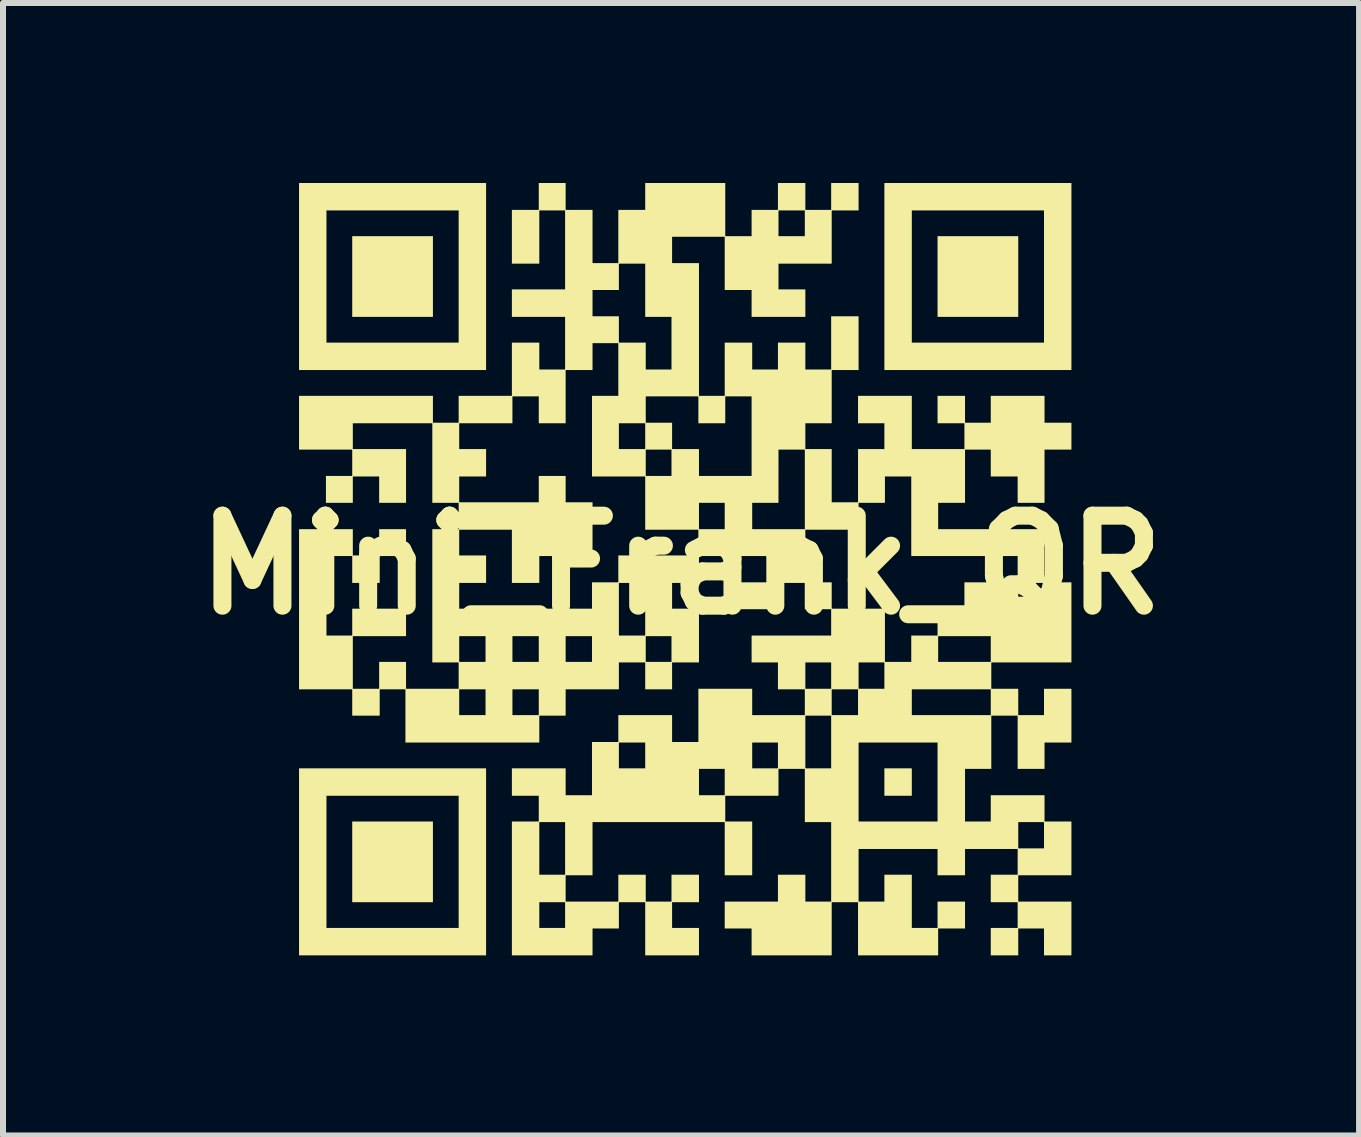
<source format=kicad_pcb>
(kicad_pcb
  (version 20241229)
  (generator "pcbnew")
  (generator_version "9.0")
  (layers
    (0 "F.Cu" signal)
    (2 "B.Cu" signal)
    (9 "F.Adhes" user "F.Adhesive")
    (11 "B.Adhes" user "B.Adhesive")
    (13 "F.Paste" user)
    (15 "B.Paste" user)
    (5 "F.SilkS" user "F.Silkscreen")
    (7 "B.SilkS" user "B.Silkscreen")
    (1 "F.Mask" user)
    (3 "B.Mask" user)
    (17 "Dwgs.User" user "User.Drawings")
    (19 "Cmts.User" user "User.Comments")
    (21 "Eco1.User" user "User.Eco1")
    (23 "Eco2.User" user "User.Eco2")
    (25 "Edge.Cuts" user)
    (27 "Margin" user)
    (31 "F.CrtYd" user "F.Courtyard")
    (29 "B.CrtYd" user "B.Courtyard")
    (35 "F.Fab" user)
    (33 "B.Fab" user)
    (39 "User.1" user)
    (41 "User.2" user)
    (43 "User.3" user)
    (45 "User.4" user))
  (footprint "Mini_Frank_QR"
    (layer "F.Cu")
    (at 8.3 6.366)
    (property "Reference" "Mini_Frank_QR" (at 0 0 0) (layer "F.SilkS") (effects (font (size 1.5 1.5) (thickness 0.3))))
    (attr board_only exclude_from_pos_files exclude_from_bom)
    (fp_poly (pts (xy -4.135 -4.807) (xy -4.135 -4.135) (xy -4.807 -4.135) (xy -5.48 -4.135) (xy -5.48 -4.807) (xy -5.48 -5.48) (xy -4.807 -5.48) (xy -4.135 -5.48)) (stroke (width 0) (type solid)) (fill yes) (layer "F.SilkS"))
    (fp_poly (pts (xy -4.135 4.947) (xy -4.135 5.62) (xy -4.807 5.62) (xy -5.48 5.62) (xy -5.48 4.947) (xy -5.48 4.275) (xy -4.807 4.275) (xy -4.135 4.275)) (stroke (width 0) (type solid)) (fill yes) (layer "F.SilkS"))
    (fp_poly (pts (xy 3.846 3.617) (xy 3.846 3.846) (xy 3.617 3.846) (xy 3.389 3.846) (xy 3.389 3.617) (xy 3.389 3.389) (xy 3.617 3.389) (xy 3.846 3.389)) (stroke (width 0) (type solid)) (fill yes) (layer "F.SilkS"))
    (fp_poly (pts (xy 5.62 -4.807) (xy 5.62 -4.135) (xy 4.947 -4.135) (xy 4.275 -4.135) (xy 4.275 -4.807) (xy 4.275 -5.48) (xy 4.947 -5.48) (xy 5.62 -5.48)) (stroke (width 0) (type solid)) (fill yes) (layer "F.SilkS"))
    (fp_poly (pts (xy -3.249 -4.807) (xy -3.249 -3.249) (xy -4.807 -3.249) (xy -6.366 -3.249) (xy -6.366 -4.807) (xy -5.909 -4.807) (xy -5.909 -3.706) (xy -4.807 -3.706) (xy -3.706 -3.706) (xy -3.706 -4.807) (xy -3.706 -5.909) (xy -4.807 -5.909) (xy -5.909 -5.909) (xy -5.909 -4.807) (xy -6.366 -4.807) (xy -6.366 -6.366) (xy -4.807 -6.366) (xy -3.249 -6.366)) (stroke (width 0) (type solid)) (fill yes) (layer "F.SilkS"))
    (fp_poly (pts (xy -3.249 4.947) (xy -3.249 6.506) (xy -4.807 6.506) (xy -6.366 6.506) (xy -6.366 4.947) (xy -5.909 4.947) (xy -5.909 6.049) (xy -4.807 6.049) (xy -3.706 6.049) (xy -3.706 4.947) (xy -3.706 3.846) (xy -4.807 3.846) (xy -5.909 3.846) (xy -5.909 4.947) (xy -6.366 4.947) (xy -6.366 3.389) (xy -4.807 3.389) (xy -3.249 3.389)) (stroke (width 0) (type solid)) (fill yes) (layer "F.SilkS"))
    (fp_poly (pts (xy 6.506 -4.807) (xy 6.506 -3.249) (xy 4.947 -3.249) (xy 3.389 -3.249) (xy 3.389 -4.807) (xy 3.846 -4.807) (xy 3.846 -3.706) (xy 4.947 -3.706) (xy 6.049 -3.706) (xy 6.049 -4.807) (xy 6.049 -5.909) (xy 4.947 -5.909) (xy 3.846 -5.909) (xy 3.846 -4.807) (xy 3.389 -4.807) (xy 3.389 -6.366) (xy 4.947 -6.366) (xy 6.506 -6.366)) (stroke (width 0) (type solid)) (fill yes) (layer "F.SilkS"))
    (fp_poly (pts (xy -1.923 -6.142) (xy -1.923 -5.918) (xy -1.699 -5.918) (xy -1.475 -5.918) (xy -1.475 -5.475) (xy -1.475 -5.031) (xy -1.26 -5.031) (xy -1.045 -5.031) (xy -1.045 -5.475) (xy -1.045 -5.918) (xy -0.821 -5.918) (xy -0.597 -5.918) (xy -0.597 -6.142) (xy -0.597 -6.366) (xy 0.07 -6.366) (xy 0.737 -6.366) (xy 0.737 -5.923) (xy 0.737 -5.48) (xy 0.957 -5.48) (xy 1.176 -5.48) (xy 1.176 -5.694) (xy 1.624 -5.694) (xy 1.624 -5.48) (xy 1.844 -5.48) (xy 2.063 -5.48) (xy 2.063 -5.694) (xy 2.063 -5.909) (xy 1.844 -5.909) (xy 1.624 -5.909) (xy 1.624 -5.694) (xy 1.176 -5.694) (xy 1.176 -5.699) (xy 1.176 -5.918) (xy 1.396 -5.918) (xy 1.615 -5.918) (xy 1.615 -6.142) (xy 1.615 -6.366) (xy 1.844 -6.366) (xy 2.072 -6.366) (xy 2.072 -6.142) (xy 2.072 -5.918) (xy 2.287 -5.918) (xy 2.502 -5.918) (xy 2.502 -6.142) (xy 2.502 -6.366) (xy 2.73 -6.366) (xy 2.959 -6.366) (xy 2.959 -6.138) (xy 2.959 -5.909) (xy 2.735 -5.909) (xy 2.511 -5.909) (xy 2.511 -5.466) (xy 2.511 -5.022) (xy 2.068 -5.022) (xy 1.624 -5.022) (xy 1.624 -4.807) (xy 1.624 -4.593) (xy 1.848 -4.593) (xy 2.072 -4.593) (xy 2.072 -4.364) (xy 2.072 -4.135) (xy 1.624 -4.135) (xy 1.176 -4.135) (xy 1.176 -4.359) (xy 1.176 -4.583) (xy 0.952 -4.583) (xy 0.728 -4.583) (xy 0.728 -5.027) (xy 0.728 -5.47) (xy 0.289 -5.47) (xy -0.149 -5.47) (xy -0.149 -5.251) (xy -0.149 -5.031) (xy 0.075 -5.031) (xy 0.299 -5.031) (xy 0.299 -3.925) (xy 0.299 -2.819) (xy 0.513 -2.819) (xy 0.728 -2.819) (xy 0.728 -3.263) (xy 0.728 -3.706) (xy 0.957 -3.706) (xy 1.186 -3.706) (xy 1.186 -3.482) (xy 1.186 -3.258) (xy 1.4 -3.258) (xy 1.615 -3.258) (xy 1.615 -3.482) (xy 1.615 -3.706) (xy 1.844 -3.706) (xy 2.072 -3.706) (xy 2.072 -3.482) (xy 2.072 -3.258) (xy 2.287 -3.258) (xy 2.502 -3.258) (xy 2.502 -3.701) (xy 2.502 -4.145) (xy 2.73 -4.145) (xy 2.959 -4.145) (xy 2.959 -3.697) (xy 2.959 -3.249) (xy 2.735 -3.249) (xy 2.511 -3.249) (xy 2.511 -2.805) (xy 2.511 -2.362) (xy 2.292 -2.362) (xy 2.072 -2.362) (xy 2.072 -2.147) (xy 2.072 -1.932) (xy 2.292 -1.932) (xy 2.511 -1.932) (xy 2.511 -1.489) (xy 2.511 -1.045) (xy 2.73 -1.045) (xy 2.95 -1.045) (xy 2.95 -1.489) (xy 2.95 -1.932) (xy 3.169 -1.932) (xy 3.389 -1.932) (xy 3.389 -2.147) (xy 3.389 -2.362) (xy 3.169 -2.362) (xy 2.95 -2.362) (xy 2.95 -2.59) (xy 2.95 -2.819) (xy 3.398 -2.819) (xy 3.846 -2.819) (xy 3.846 -2.376) (xy 3.846 -1.932) (xy 4.285 -1.932) (xy 4.723 -1.932) (xy 4.723 -2.147) (xy 4.723 -2.362) (xy 4.499 -2.362) (xy 4.275 -2.362) (xy 4.275 -2.59) (xy 4.275 -2.819) (xy 4.504 -2.819) (xy 4.733 -2.819) (xy 4.733 -2.595) (xy 4.733 -2.371) (xy 4.947 -2.371) (xy 5.162 -2.371) (xy 5.162 -2.595) (xy 5.162 -2.819) (xy 5.61 -2.819) (xy 6.058 -2.819) (xy 6.058 -2.595) (xy 6.058 -2.371) (xy 6.282 -2.371) (xy 6.506 -2.371) (xy 6.506 -2.147) (xy 6.506 -1.923) (xy 6.282 -1.923) (xy 6.058 -1.923) (xy 6.058 -1.48) (xy 6.058 -1.036) (xy 5.834 -1.036) (xy 5.61 -1.036) (xy 5.61 -1.256) (xy 5.61 -1.475) (xy 5.386 -1.475) (xy 5.162 -1.475) (xy 5.162 -1.699) (xy 5.162 -1.923) (xy 4.947 -1.923) (xy 4.733 -1.923) (xy 4.733 -1.48) (xy 4.733 -1.036) (xy 4.509 -1.036) (xy 4.285 -1.036) (xy 4.285 -0.817) (xy 4.285 -0.597) (xy 5.171 -0.597) (xy 6.058 -0.597) (xy 6.058 -0.154) (xy 6.058 0.289) (xy 6.282 0.289) (xy 6.506 0.289) (xy 6.506 0.957) (xy 6.506 1.624) (xy 5.839 1.624) (xy 5.171 1.624) (xy 5.171 1.844) (xy 5.171 2.063) (xy 5.396 2.063) (xy 5.62 2.063) (xy 5.62 2.282) (xy 5.62 2.502) (xy 5.834 2.502) (xy 6.049 2.502) (xy 6.049 2.282) (xy 6.049 2.063) (xy 6.278 2.063) (xy 6.506 2.063) (xy 6.506 2.511) (xy 6.506 2.959) (xy 6.282 2.959) (xy 6.058 2.959) (xy 6.058 3.179) (xy 6.058 3.398) (xy 5.834 3.398) (xy 5.61 3.398) (xy 5.61 2.954) (xy 5.61 2.511) (xy 5.391 2.511) (xy 5.171 2.511) (xy 5.171 2.954) (xy 5.171 3.398) (xy 4.952 3.398) (xy 4.733 3.398) (xy 4.733 3.837) (xy 4.733 4.275) (xy 4.947 4.275) (xy 5.162 4.275) (xy 5.162 4.056) (xy 5.162 3.837) (xy 5.61 3.837) (xy 6.058 3.837) (xy 6.058 4.056) (xy 6.058 4.275) (xy 6.282 4.275) (xy 6.506 4.275) (xy 6.506 4.723) (xy 6.506 5.171) (xy 6.063 5.171) (xy 5.62 5.171) (xy 5.62 5.391) (xy 5.62 5.61) (xy 6.063 5.61) (xy 6.506 5.61) (xy 6.506 6.058) (xy 6.506 6.506) (xy 6.278 6.506) (xy 6.049 6.506) (xy 6.049 6.282) (xy 6.049 6.058) (xy 5.834 6.058) (xy 5.62 6.058) (xy 5.62 6.282) (xy 5.62 6.506) (xy 5.391 6.506) (xy 5.162 6.506) (xy 5.162 6.278) (xy 5.162 6.049) (xy 5.386 6.049) (xy 5.61 6.049) (xy 5.61 5.834) (xy 5.61 5.62) (xy 5.386 5.62) (xy 5.162 5.62) (xy 5.162 5.391) (xy 5.162 5.162) (xy 5.386 5.162) (xy 5.61 5.162) (xy 5.61 4.947) (xy 5.61 4.733) (xy 5.171 4.733) (xy 4.733 4.733) (xy 4.733 4.952) (xy 4.733 5.171) (xy 4.504 5.171) (xy 4.275 5.171) (xy 4.275 4.952) (xy 4.275 4.733) (xy 3.617 4.733) (xy 2.959 4.733) (xy 2.959 5.171) (xy 2.959 5.61) (xy 3.174 5.61) (xy 3.389 5.61) (xy 3.389 5.386) (xy 3.389 5.162) (xy 3.617 5.162) (xy 3.846 5.162) (xy 3.846 5.606) (xy 3.846 6.049) (xy 4.061 6.049) (xy 4.275 6.049) (xy 4.275 5.83) (xy 4.275 5.61) (xy 4.504 5.61) (xy 4.733 5.61) (xy 4.733 5.834) (xy 4.733 6.058) (xy 4.509 6.058) (xy 4.285 6.058) (xy 4.285 6.282) (xy 4.285 6.506) (xy 3.617 6.506) (xy 2.95 6.506) (xy 2.95 6.063) (xy 2.95 5.62) (xy 2.73 5.62) (xy 2.511 5.62) (xy 2.511 6.063) (xy 2.511 6.506) (xy 1.844 6.506) (xy 1.176 6.506) (xy 1.176 6.282) (xy 1.176 6.058) (xy 0.952 6.058) (xy 0.728 6.058) (xy 0.728 5.834) (xy 0.728 5.61) (xy 1.172 5.61) (xy 1.615 5.61) (xy 1.615 5.386) (xy 1.615 5.162) (xy 1.844 5.162) (xy 2.072 5.162) (xy 2.072 5.386) (xy 2.072 5.61) (xy 2.287 5.61) (xy 2.502 5.61) (xy 2.502 4.947) (xy 2.502 4.504) (xy 5.62 4.504) (xy 5.62 4.723) (xy 5.834 4.723) (xy 6.049 4.723) (xy 6.049 4.504) (xy 6.049 4.285) (xy 5.834 4.285) (xy 5.62 4.285) (xy 5.62 4.504) (xy 2.502 4.504) (xy 2.502 4.285) (xy 2.282 4.285) (xy 2.063 4.285) (xy 2.063 3.841) (xy 2.063 3.617) (xy 2.959 3.617) (xy 2.959 4.275) (xy 3.617 4.275) (xy 4.275 4.275) (xy 4.275 3.617) (xy 4.275 2.959) (xy 3.617 2.959) (xy 2.959 2.959) (xy 2.959 3.617) (xy 2.063 3.617) (xy 2.063 3.398) (xy 1.844 3.398) (xy 1.624 3.398) (xy 1.624 3.622) (xy 1.624 3.846) (xy 1.181 3.846) (xy 0.737 3.846) (xy 0.737 4.061) (xy 0.737 4.275) (xy 0.961 4.275) (xy 1.186 4.275) (xy 1.186 4.723) (xy 1.186 5.171) (xy 0.957 5.171) (xy 0.728 5.171) (xy 0.728 4.728) (xy 0.728 4.285) (xy -0.373 4.285) (xy -1.475 4.285) (xy -1.475 4.728) (xy -1.475 5.171) (xy -1.699 5.171) (xy -1.923 5.171) (xy -1.923 5.391) (xy -1.923 5.61) (xy -1.484 5.61) (xy -1.045 5.61) (xy -1.045 5.386) (xy -1.045 5.162) (xy -0.817 5.162) (xy -0.588 5.162) (xy -0.588 5.386) (xy -0.588 5.61) (xy -0.373 5.61) (xy -0.159 5.61) (xy -0.159 5.386) (xy -0.159 5.162) (xy 0.07 5.162) (xy 0.299 5.162) (xy 0.299 5.391) (xy 0.299 5.62) (xy 0.075 5.62) (xy -0.149 5.62) (xy -0.149 5.834) (xy -0.149 6.049) (xy 0.075 6.049) (xy 0.299 6.049) (xy 0.299 6.278) (xy 0.299 6.506) (xy -0.149 6.506) (xy -0.597 6.506) (xy -0.597 6.063) (xy -0.597 5.62) (xy -0.817 5.62) (xy -1.036 5.62) (xy -1.036 5.839) (xy -1.036 6.058) (xy -1.256 6.058) (xy -1.475 6.058) (xy -1.475 6.282) (xy -1.475 6.506) (xy -2.147 6.506) (xy -2.819 6.506) (xy -2.819 5.834) (xy -2.362 5.834) (xy -2.362 6.049) (xy -2.147 6.049) (xy -1.932 6.049) (xy -1.932 5.834) (xy -1.932 5.62) (xy -2.147 5.62) (xy -2.362 5.62) (xy -2.362 5.834) (xy -2.819 5.834) (xy -2.819 5.391) (xy -2.819 4.723) (xy -2.362 4.723) (xy -2.362 5.162) (xy -2.147 5.162) (xy -1.932 5.162) (xy -1.932 4.723) (xy -1.932 4.285) (xy -2.147 4.285) (xy -2.362 4.285) (xy -2.362 4.723) (xy -2.819 4.723) (xy -2.819 4.275) (xy -2.595 4.275) (xy -2.371 4.275) (xy -2.371 4.061) (xy -2.371 3.846) (xy -2.595 3.846) (xy -2.819 3.846) (xy -2.819 3.617) (xy -2.819 3.389) (xy -2.371 3.389) (xy -1.923 3.389) (xy -1.923 3.613) (xy -1.923 3.837) (xy -1.704 3.837) (xy -1.484 3.837) (xy -1.484 3.617) (xy 0.299 3.617) (xy 0.299 3.837) (xy 0.513 3.837) (xy 0.728 3.837) (xy 0.728 3.617) (xy 0.728 3.398) (xy 0.513 3.398) (xy 0.299 3.398) (xy 0.299 3.617) (xy -1.484 3.617) (xy -1.484 3.393) (xy -1.484 3.174) (xy -1.036 3.174) (xy -1.036 3.389) (xy -0.817 3.389) (xy -0.597 3.389) (xy -0.597 3.174) (xy 1.186 3.174) (xy 1.186 3.389) (xy 1.4 3.389) (xy 1.615 3.389) (xy 1.615 3.174) (xy 1.615 2.959) (xy 1.4 2.959) (xy 1.186 2.959) (xy 1.186 3.174) (xy -0.597 3.174) (xy -0.597 2.959) (xy -0.817 2.959) (xy -1.036 2.959) (xy -1.036 3.174) (xy -1.484 3.174) (xy -1.484 2.95) (xy -1.265 2.95) (xy -1.045 2.95) (xy -1.045 2.726) (xy -1.045 2.502) (xy -0.597 2.502) (xy -0.149 2.502) (xy -0.149 2.726) (xy -0.149 2.95) (xy 0.07 2.95) (xy 0.289 2.95) (xy 2.072 2.95) (xy 2.072 3.389) (xy 2.287 3.389) (xy 2.502 3.389) (xy 2.502 2.95) (xy 2.502 2.511) (xy 2.287 2.511) (xy 2.072 2.511) (xy 2.072 2.95) (xy 0.289 2.95) (xy 0.289 2.506) (xy 0.289 2.063) (xy 0.737 2.063) (xy 1.186 2.063) (xy 1.186 2.282) (xy 1.186 2.502) (xy 1.624 2.502) (xy 2.063 2.502) (xy 2.063 2.287) (xy 2.511 2.287) (xy 2.511 2.502) (xy 2.73 2.502) (xy 2.95 2.502) (xy 2.95 2.287) (xy 3.846 2.287) (xy 3.846 2.502) (xy 4.504 2.502) (xy 5.162 2.502) (xy 5.162 2.287) (xy 5.162 2.072) (xy 4.504 2.072) (xy 3.846 2.072) (xy 3.846 2.287) (xy 2.95 2.287) (xy 2.95 2.072) (xy 2.73 2.072) (xy 2.511 2.072) (xy 2.511 2.287) (xy 2.063 2.287) (xy 2.063 2.072) (xy 1.839 2.072) (xy 1.615 2.072) (xy 1.615 1.848) (xy 1.615 1.844) (xy 2.072 1.844) (xy 2.072 2.063) (xy 2.287 2.063) (xy 2.502 2.063) (xy 2.502 1.844) (xy 2.959 1.844) (xy 2.959 2.063) (xy 3.174 2.063) (xy 3.389 2.063) (xy 3.389 1.844) (xy 3.389 1.624) (xy 3.174 1.624) (xy 2.959 1.624) (xy 2.959 1.844) (xy 2.502 1.844) (xy 2.502 1.624) (xy 2.287 1.624) (xy 2.072 1.624) (xy 2.072 1.844) (xy 1.615 1.844) (xy 1.615 1.624) (xy 1.396 1.624) (xy 1.176 1.624) (xy 1.176 1.4) (xy 1.176 1.176) (xy 1.839 1.176) (xy 2.502 1.176) (xy 2.502 0.957) (xy 2.502 0.737) (xy 2.282 0.737) (xy 2.063 0.737) (xy 2.063 0.518) (xy 2.063 0.299) (xy 1.844 0.299) (xy 1.624 0.299) (xy 1.624 0.518) (xy 1.624 0.737) (xy 1.176 0.737) (xy 0.728 0.737) (xy 0.728 0.513) (xy 0.728 0.289) (xy 1.172 0.289) (xy 1.615 0.289) (xy 1.615 0.07) (xy 1.615 -0.149) (xy 0.957 -0.149) (xy 0.299 -0.149) (xy 0.299 0.075) (xy 0.299 0.299) (xy 0.075 0.299) (xy -0.149 0.299) (xy -0.149 0.513) (xy -0.149 0.728) (xy 0.075 0.728) (xy 0.299 0.728) (xy 0.299 1.176) (xy 0.299 1.624) (xy 0.075 1.624) (xy -0.149 1.624) (xy -0.149 1.848) (xy -0.149 2.072) (xy -0.373 2.072) (xy -0.597 2.072) (xy -0.597 1.848) (xy -0.597 1.624) (xy -0.817 1.624) (xy -1.036 1.624) (xy -1.036 1.848) (xy -1.036 2.072) (xy -1.48 2.072) (xy -1.923 2.072) (xy -1.923 2.292) (xy -1.923 2.511) (xy -2.142 2.511) (xy -2.362 2.511) (xy -2.362 2.735) (xy -2.362 2.959) (xy -3.477 2.959) (xy -4.593 2.959) (xy -4.593 2.516) (xy -4.593 2.287) (xy -3.697 2.287) (xy -3.697 2.502) (xy -3.477 2.502) (xy -3.258 2.502) (xy -3.258 2.287) (xy -2.81 2.287) (xy -2.81 2.502) (xy -2.59 2.502) (xy -2.371 2.502) (xy -2.371 2.287) (xy -2.371 2.072) (xy -2.59 2.072) (xy -2.81 2.072) (xy -2.81 2.287) (xy -3.258 2.287) (xy -3.258 2.072) (xy -3.477 2.072) (xy -3.697 2.072) (xy -3.697 2.287) (xy -4.593 2.287) (xy -4.593 2.072) (xy -4.807 2.072) (xy -5.022 2.072) (xy -5.022 2.292) (xy -5.022 2.511) (xy -5.251 2.511) (xy -5.48 2.511) (xy -5.48 2.292) (xy -5.48 2.072) (xy -5.923 2.072) (xy -6.366 2.072) (xy -6.366 0.737) (xy -6.366 -0.597) (xy -5.918 -0.597) (xy -5.47 -0.597) (xy -5.47 -0.378) (xy -5.47 -0.159) (xy -5.251 -0.159) (xy -5.031 -0.159) (xy -5.031 -0.378) (xy -5.031 -0.597) (xy -4.807 -0.597) (xy -4.583 -0.597) (xy -4.583 -0.373) (xy -4.583 -0.149) (xy -4.803 -0.149) (xy -5.022 -0.149) (xy -5.022 0.075) (xy -5.022 0.299) (xy -5.251 0.299) (xy -5.48 0.299) (xy -5.48 0.075) (xy -5.48 -0.149) (xy -5.694 -0.149) (xy -5.909 -0.149) (xy -5.909 0.513) (xy -5.909 1.176) (xy -5.694 1.176) (xy -5.48 1.176) (xy -5.48 0.952) (xy -5.48 0.728) (xy -5.031 0.728) (xy -4.583 0.728) (xy -4.583 0.957) (xy -4.583 1.186) (xy -5.027 1.186) (xy -5.47 1.186) (xy -5.47 1.624) (xy -5.47 2.063) (xy -5.251 2.063) (xy -5.031 2.063) (xy -5.031 1.839) (xy -5.031 1.615) (xy -4.807 1.615) (xy -4.583 1.615) (xy -4.583 1.839) (xy -4.583 2.063) (xy -4.145 2.063) (xy -3.706 2.063) (xy -3.706 1.844) (xy -3.706 1.624) (xy -3.925 1.624) (xy -4.145 1.624) (xy -4.145 1.4) (xy -3.697 1.4) (xy -3.697 1.615) (xy -3.477 1.615) (xy -3.258 1.615) (xy -3.258 1.4) (xy -2.81 1.4) (xy -2.81 1.615) (xy -2.59 1.615) (xy -2.371 1.615) (xy -2.371 1.4) (xy -1.923 1.4) (xy -1.923 1.615) (xy -1.704 1.615) (xy -1.484 1.615) (xy -1.484 1.4) (xy -0.588 1.4) (xy -0.588 1.615) (xy -0.373 1.615) (xy -0.159 1.615) (xy -0.159 1.4) (xy -0.159 1.186) (xy -0.373 1.186) (xy -0.588 1.186) (xy -0.588 1.4) (xy -1.484 1.4) (xy -1.484 1.186) (xy -1.704 1.186) (xy -1.923 1.186) (xy -1.923 1.4) (xy -2.371 1.4) (xy -2.371 1.186) (xy -2.59 1.186) (xy -2.81 1.186) (xy -2.81 1.4) (xy -3.258 1.4) (xy -3.258 1.186) (xy -3.477 1.186) (xy -3.697 1.186) (xy -3.697 1.4) (xy -4.145 1.4) (xy -4.145 0.737) (xy -1.036 0.737) (xy -1.036 1.176) (xy -0.817 1.176) (xy -0.597 1.176) (xy -0.597 0.737) (xy -0.597 0.299) (xy -0.817 0.299) (xy -1.036 0.299) (xy -1.036 0.737) (xy -4.145 0.737) (xy -4.145 0.513) (xy -4.145 -0.597) (xy -3.925 -0.597) (xy -3.706 -0.597) (xy -3.706 -0.817) (xy -3.706 -1.036) (xy -3.925 -1.036) (xy -4.145 -1.036) (xy -4.145 -1.699) (xy -4.145 -2.362) (xy -3.697 -2.362) (xy -3.697 -2.147) (xy -3.697 -1.932) (xy -3.473 -1.932) (xy -3.249 -1.932) (xy -3.249 -1.704) (xy -3.249 -1.475) (xy -3.473 -1.475) (xy -3.697 -1.475) (xy -3.697 -1.26) (xy -3.697 -1.045) (xy -3.034 -1.045) (xy -2.371 -1.045) (xy -2.371 -1.265) (xy -2.371 -1.484) (xy -2.147 -1.484) (xy -1.923 -1.484) (xy -1.923 -1.265) (xy -1.923 -1.045) (xy -1.699 -1.045) (xy -1.475 -1.045) (xy -1.475 -0.597) (xy -1.475 -0.149) (xy -1.918 -0.149) (xy -2.362 -0.149) (xy -2.362 0.075) (xy -2.362 0.299) (xy -2.59 0.299) (xy -2.819 0.299) (xy -2.819 -0.145) (xy -2.819 -0.588) (xy -3.258 -0.588) (xy -3.697 -0.588) (xy -3.697 -0.373) (xy -3.697 -0.159) (xy -3.473 -0.159) (xy -3.249 -0.159) (xy -3.249 0.07) (xy -3.249 0.299) (xy -3.473 0.299) (xy -3.697 0.299) (xy -3.697 0.513) (xy -3.697 0.728) (xy -2.59 0.728) (xy -1.484 0.728) (xy -1.484 0.509) (xy -1.484 0.289) (xy -1.265 0.289) (xy -1.045 0.289) (xy -1.045 0.065) (xy -1.045 -0.159) (xy -0.378 -0.159) (xy 0.289 -0.159) (xy 0.289 -0.373) (xy 0.289 -0.588) (xy 2.072 -0.588) (xy 2.072 -0.149) (xy 2.072 0.289) (xy 2.292 0.289) (xy 2.511 0.289) (xy 2.511 0.509) (xy 2.511 0.728) (xy 2.954 0.728) (xy 3.398 0.728) (xy 3.398 1.172) (xy 3.398 1.615) (xy 3.617 1.615) (xy 3.837 1.615) (xy 3.837 1.4) (xy 4.285 1.4) (xy 4.285 1.615) (xy 4.723 1.615) (xy 5.162 1.615) (xy 5.162 1.4) (xy 5.162 1.186) (xy 4.723 1.186) (xy 4.285 1.186) (xy 4.285 1.4) (xy 3.837 1.4) (xy 3.837 1.396) (xy 3.837 1.176) (xy 4.056 1.176) (xy 4.275 1.176) (xy 4.275 0.952) (xy 4.275 0.728) (xy 4.499 0.728) (xy 4.723 0.728) (xy 4.723 0.513) (xy 5.62 0.513) (xy 5.62 0.728) (xy 5.834 0.728) (xy 6.049 0.728) (xy 6.049 0.513) (xy 6.049 0.299) (xy 5.834 0.299) (xy 5.62 0.299) (xy 5.62 0.513) (xy 4.723 0.513) (xy 4.723 0.509) (xy 4.723 0.289) (xy 5.167 0.289) (xy 5.61 0.289) (xy 5.61 0.07) (xy 5.61 -0.149) (xy 4.723 -0.149) (xy 3.837 -0.149) (xy 3.837 -0.812) (xy 3.837 -1.475) (xy 3.617 -1.475) (xy 3.398 -1.475) (xy 3.398 -1.256) (xy 3.398 -1.036) (xy 3.179 -1.036) (xy 2.959 -1.036) (xy 2.959 -0.812) (xy 2.959 -0.588) (xy 2.516 -0.588) (xy 2.072 -0.588) (xy 0.289 -0.588) (xy -0.154 -0.588) (xy -0.597 -0.588) (xy -0.597 -0.817) (xy 0.299 -0.817) (xy 0.299 -0.597) (xy 0.513 -0.597) (xy 0.728 -0.597) (xy 0.728 -0.817) (xy 0.728 -1.036) (xy 1.186 -1.036) (xy 1.186 -0.817) (xy 1.186 -0.597) (xy 1.624 -0.597) (xy 2.063 -0.597) (xy 2.063 -1.26) (xy 2.063 -1.923) (xy 1.844 -1.923) (xy 1.624 -1.923) (xy 1.624 -1.48) (xy 1.624 -1.036) (xy 1.405 -1.036) (xy 1.186 -1.036) (xy 0.728 -1.036) (xy 0.513 -1.036) (xy 0.299 -1.036) (xy 0.299 -0.817) (xy -0.597 -0.817) (xy -0.597 -1.031) (xy -0.597 -1.475) (xy -1.041 -1.475) (xy -1.484 -1.475) (xy -1.484 -1.704) (xy -0.588 -1.704) (xy -0.588 -1.484) (xy -0.373 -1.484) (xy -0.159 -1.484) (xy -0.159 -1.704) (xy -0.159 -1.923) (xy -0.373 -1.923) (xy -0.588 -1.923) (xy -0.588 -1.704) (xy -1.484 -1.704) (xy -1.484 -2.147) (xy -1.036 -2.147) (xy -1.036 -1.932) (xy -0.817 -1.932) (xy -0.597 -1.932) (xy -0.597 -2.147) (xy -0.597 -2.362) (xy -0.817 -2.362) (xy -1.036 -2.362) (xy -1.036 -2.147) (xy -1.484 -2.147) (xy -1.484 -2.59) (xy -0.588 -2.59) (xy -0.588 -2.371) (xy -0.369 -2.371) (xy -0.149 -2.371) (xy -0.149 -2.152) (xy -0.149 -1.932) (xy 0.075 -1.932) (xy 0.299 -1.932) (xy 0.299 -1.708) (xy 0.299 -1.484) (xy 0.737 -1.484) (xy 1.176 -1.484) (xy 1.176 -2.147) (xy 1.176 -2.81) (xy 0.957 -2.81) (xy 0.737 -2.81) (xy 0.737 -2.586) (xy 0.737 -2.362) (xy 0.513 -2.362) (xy 0.289 -2.362) (xy 0.289 -2.586) (xy 0.289 -2.81) (xy -0.149 -2.81) (xy -0.588 -2.81) (xy -0.588 -2.59) (xy -1.484 -2.59) (xy -1.484 -2.819) (xy -1.265 -2.819) (xy -1.045 -2.819) (xy -1.045 -3.258) (xy -1.045 -3.697) (xy -1.26 -3.697) (xy -1.475 -3.697) (xy -1.475 -3.473) (xy -1.475 -3.249) (xy -1.699 -3.249) (xy -1.923 -3.249) (xy -1.923 -2.805) (xy -1.923 -2.362) (xy -2.147 -2.362) (xy -2.371 -2.362) (xy -2.371 -2.586) (xy -2.371 -2.81) (xy -2.59 -2.81) (xy -2.81 -2.81) (xy -2.81 -2.586) (xy -2.81 -2.362) (xy -3.253 -2.362) (xy -3.697 -2.362) (xy -4.145 -2.362) (xy -4.807 -2.362) (xy -5.47 -2.362) (xy -5.47 -2.147) (xy -5.47 -1.932) (xy -5.027 -1.932) (xy -4.583 -1.932) (xy -4.583 -1.484) (xy -4.583 -1.036) (xy -4.807 -1.036) (xy -5.031 -1.036) (xy -5.031 -1.256) (xy -5.031 -1.475) (xy -5.251 -1.475) (xy -5.47 -1.475) (xy -5.47 -1.256) (xy -5.47 -1.036) (xy -5.694 -1.036) (xy -5.918 -1.036) (xy -5.918 -1.26) (xy -5.918 -1.484) (xy -5.699 -1.484) (xy -5.48 -1.484) (xy -5.48 -1.704) (xy -5.48 -1.923) (xy -5.923 -1.923) (xy -6.366 -1.923) (xy -6.366 -2.371) (xy -6.366 -2.819) (xy -5.251 -2.819) (xy -4.135 -2.819) (xy -4.135 -2.595) (xy -4.135 -2.371) (xy -3.921 -2.371) (xy -3.706 -2.371) (xy -3.706 -2.595) (xy -3.706 -2.819) (xy -3.263 -2.819) (xy -2.819 -2.819) (xy -2.819 -3.263) (xy -2.819 -3.706) (xy -2.59 -3.706) (xy -2.362 -3.706) (xy -2.362 -3.482) (xy -2.362 -3.258) (xy -2.147 -3.258) (xy -1.932 -3.258) (xy -1.932 -3.697) (xy -1.932 -4.135) (xy -2.376 -4.135) (xy -2.819 -4.135) (xy -2.819 -4.364) (xy -2.819 -4.583) (xy -1.475 -4.583) (xy -1.475 -4.364) (xy -1.475 -4.145) (xy -1.256 -4.145) (xy -1.036 -4.145) (xy -1.036 -3.925) (xy -1.036 -3.706) (xy -0.812 -3.706) (xy -0.588 -3.706) (xy -0.588 -3.482) (xy -0.588 -3.258) (xy -0.373 -3.258) (xy -0.159 -3.258) (xy -0.159 -3.697) (xy -0.159 -4.135) (xy -0.378 -4.135) (xy -0.597 -4.135) (xy -0.597 -4.579) (xy -0.597 -5.022) (xy -0.817 -5.022) (xy -1.036 -5.022) (xy -1.036 -4.803) (xy -1.036 -4.583) (xy -1.256 -4.583) (xy -1.475 -4.583) (xy -2.819 -4.583) (xy -2.819 -4.593) (xy -2.376 -4.593) (xy -1.932 -4.593) (xy -1.932 -5.251) (xy -1.932 -5.909) (xy -2.147 -5.909) (xy -2.362 -5.909) (xy -2.362 -5.466) (xy -2.362 -5.022) (xy -2.59 -5.022) (xy -2.819 -5.022) (xy -2.819 -5.47) (xy -2.819 -5.918) (xy -2.595 -5.918) (xy -2.371 -5.918) (xy -2.371 -6.142) (xy -2.371 -6.366) (xy -2.147 -6.366) (xy -1.923 -6.366)) (stroke (width 0) (type solid)) (fill yes) (layer "F.SilkS")))
  (gr_rect
    (start -3 -3)
    (end 19.6 15.873)
    (stroke (width 0.1) (type default))
    (fill no)
    (layer "Edge.Cuts")))
</source>
